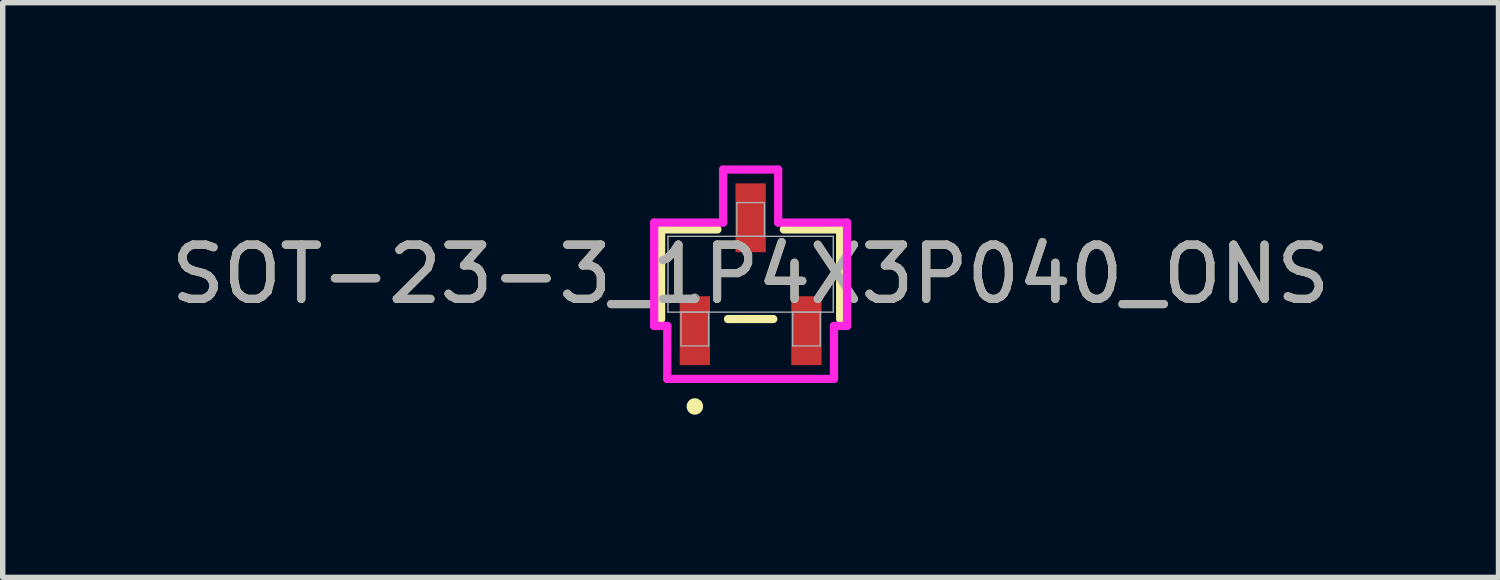
<source format=kicad_pcb>
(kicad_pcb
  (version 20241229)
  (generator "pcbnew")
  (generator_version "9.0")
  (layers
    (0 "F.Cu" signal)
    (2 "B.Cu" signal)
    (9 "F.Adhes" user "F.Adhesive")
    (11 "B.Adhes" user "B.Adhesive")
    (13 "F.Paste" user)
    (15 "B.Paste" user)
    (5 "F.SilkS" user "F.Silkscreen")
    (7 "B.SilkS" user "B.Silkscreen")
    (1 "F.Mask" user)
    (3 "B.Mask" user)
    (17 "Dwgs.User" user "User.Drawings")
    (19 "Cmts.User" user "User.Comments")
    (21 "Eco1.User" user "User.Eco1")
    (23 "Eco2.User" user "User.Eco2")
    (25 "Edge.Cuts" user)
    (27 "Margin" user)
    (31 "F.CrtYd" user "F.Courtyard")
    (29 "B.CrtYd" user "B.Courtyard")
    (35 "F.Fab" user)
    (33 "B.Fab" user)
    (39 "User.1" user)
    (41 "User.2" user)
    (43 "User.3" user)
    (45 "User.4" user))
  (footprint "SOT-23-3_1P4X3P040_ONS"
    (layer "F.Cu")
    (at 10.792 2.007)
    (property "Reference" "SOT-23-3_1P4X3P040_ONS" (at 0 0 0) (unlocked yes) (layer "F.SilkS") (effects (font (size 1 1) (thickness 0.15))))
    (attr smd)
    (fp_line (start -1.651 -0.826) (end -1.651 0.826) (stroke (width 0.152) (type solid)) (layer "F.SilkS"))
    (fp_line (start -0.612 -0.826) (end -1.651 -0.826) (stroke (width 0.152) (type solid)) (layer "F.SilkS"))
    (fp_line (start -0.417 0.826) (end 0.417 0.826) (stroke (width 0.152) (type solid)) (layer "F.SilkS"))
    (fp_line (start 1.651 -0.826) (end 0.612 -0.826) (stroke (width 0.152) (type solid)) (layer "F.SilkS"))
    (fp_line (start 1.651 0.826) (end 1.651 -0.826) (stroke (width 0.152) (type solid)) (layer "F.SilkS"))
    (fp_circle (center -1.029 2.438) (end -0.953 2.438) (stroke (width 0.152) (type solid)) (fill no) (layer "F.SilkS"))
    (fp_line (start -1.778 -0.953) (end -0.508 -0.953) (stroke (width 0.152) (type solid)) (layer "F.CrtYd"))
    (fp_line (start -1.778 0.953) (end -1.778 -0.953) (stroke (width 0.152) (type solid)) (layer "F.CrtYd"))
    (fp_line (start -1.778 0.953) (end -1.537 0.953) (stroke (width 0.152) (type solid)) (layer "F.CrtYd"))
    (fp_line (start -1.537 0.953) (end -1.537 1.93) (stroke (width 0.152) (type solid)) (layer "F.CrtYd"))
    (fp_line (start -1.537 1.93) (end 1.537 1.93) (stroke (width 0.152) (type solid)) (layer "F.CrtYd"))
    (fp_line (start -0.508 -1.93) (end 0.508 -1.93) (stroke (width 0.152) (type solid)) (layer "F.CrtYd"))
    (fp_line (start -0.508 -0.953) (end -0.508 -1.93) (stroke (width 0.152) (type solid)) (layer "F.CrtYd"))
    (fp_line (start 0.508 -0.953) (end 0.508 -1.93) (stroke (width 0.152) (type solid)) (layer "F.CrtYd"))
    (fp_line (start 1.537 0.953) (end 1.537 1.93) (stroke (width 0.152) (type solid)) (layer "F.CrtYd"))
    (fp_line (start 1.778 -0.953) (end 0.508 -0.953) (stroke (width 0.152) (type solid)) (layer "F.CrtYd"))
    (fp_line (start 1.778 -0.953) (end 1.778 0.953) (stroke (width 0.152) (type solid)) (layer "F.CrtYd"))
    (fp_line (start 1.778 0.953) (end 1.537 0.953) (stroke (width 0.152) (type solid)) (layer "F.CrtYd"))
    (fp_line (start -1.524 -0.699) (end -1.524 0.699) (stroke (width 0.025) (type solid)) (layer "F.Fab"))
    (fp_line (start -1.524 0.699) (end 1.524 0.699) (stroke (width 0.025) (type solid)) (layer "F.Fab"))
    (fp_line (start -1.283 0.699) (end -1.283 1.321) (stroke (width 0.025) (type solid)) (layer "F.Fab"))
    (fp_line (start -1.283 1.321) (end -0.775 1.321) (stroke (width 0.025) (type solid)) (layer "F.Fab"))
    (fp_line (start -0.775 0.699) (end -1.283 0.699) (stroke (width 0.025) (type solid)) (layer "F.Fab"))
    (fp_line (start -0.775 1.321) (end -0.775 0.699) (stroke (width 0.025) (type solid)) (layer "F.Fab"))
    (fp_line (start -0.254 -1.321) (end -0.254 -0.699) (stroke (width 0.025) (type solid)) (layer "F.Fab"))
    (fp_line (start -0.254 -0.699) (end 0.254 -0.699) (stroke (width 0.025) (type solid)) (layer "F.Fab"))
    (fp_line (start 0.254 -1.321) (end -0.254 -1.321) (stroke (width 0.025) (type solid)) (layer "F.Fab"))
    (fp_line (start 0.254 -0.699) (end 0.254 -1.321) (stroke (width 0.025) (type solid)) (layer "F.Fab"))
    (fp_line (start 0.775 0.699) (end 0.775 1.321) (stroke (width 0.025) (type solid)) (layer "F.Fab"))
    (fp_line (start 0.775 1.321) (end 1.283 1.321) (stroke (width 0.025) (type solid)) (layer "F.Fab"))
    (fp_line (start 1.283 0.699) (end 0.775 0.699) (stroke (width 0.025) (type solid)) (layer "F.Fab"))
    (fp_line (start 1.283 1.321) (end 1.283 0.699) (stroke (width 0.025) (type solid)) (layer "F.Fab"))
    (fp_line (start 1.524 -0.699) (end -1.524 -0.699) (stroke (width 0.025) (type solid)) (layer "F.Fab"))
    (fp_line (start 1.524 0.699) (end 1.524 -0.699) (stroke (width 0.025) (type solid)) (layer "F.Fab"))
    (fp_circle (center -1.029 0.445) (end -0.953 0.445) (stroke (width 0.025) (type solid)) (fill no) (layer "F.Fab"))
    (fp_text user "${REFERENCE}" (at 0 0 0) (unlocked yes) (layer "F.Fab") (effects (font (size 1 1) (thickness 0.15))))
    (pad "1" smd rect (at -1.029 1.041) (size 0.559 1.27) (layers "F.Cu" "F.Mask" "F.Paste"))
    (pad "2" smd rect (at 1.029 1.041) (size 0.559 1.27) (layers "F.Cu" "F.Mask" "F.Paste"))
    (pad "3" smd rect (at 0 -1.041) (size 0.559 1.27) (layers "F.Cu" "F.Mask" "F.Paste")))
  (gr_rect
    (start -3 -3)
    (end 24.583 7.597)
    (stroke (width 0.1) (type default))
    (fill no)
    (layer "Edge.Cuts")))
</source>
